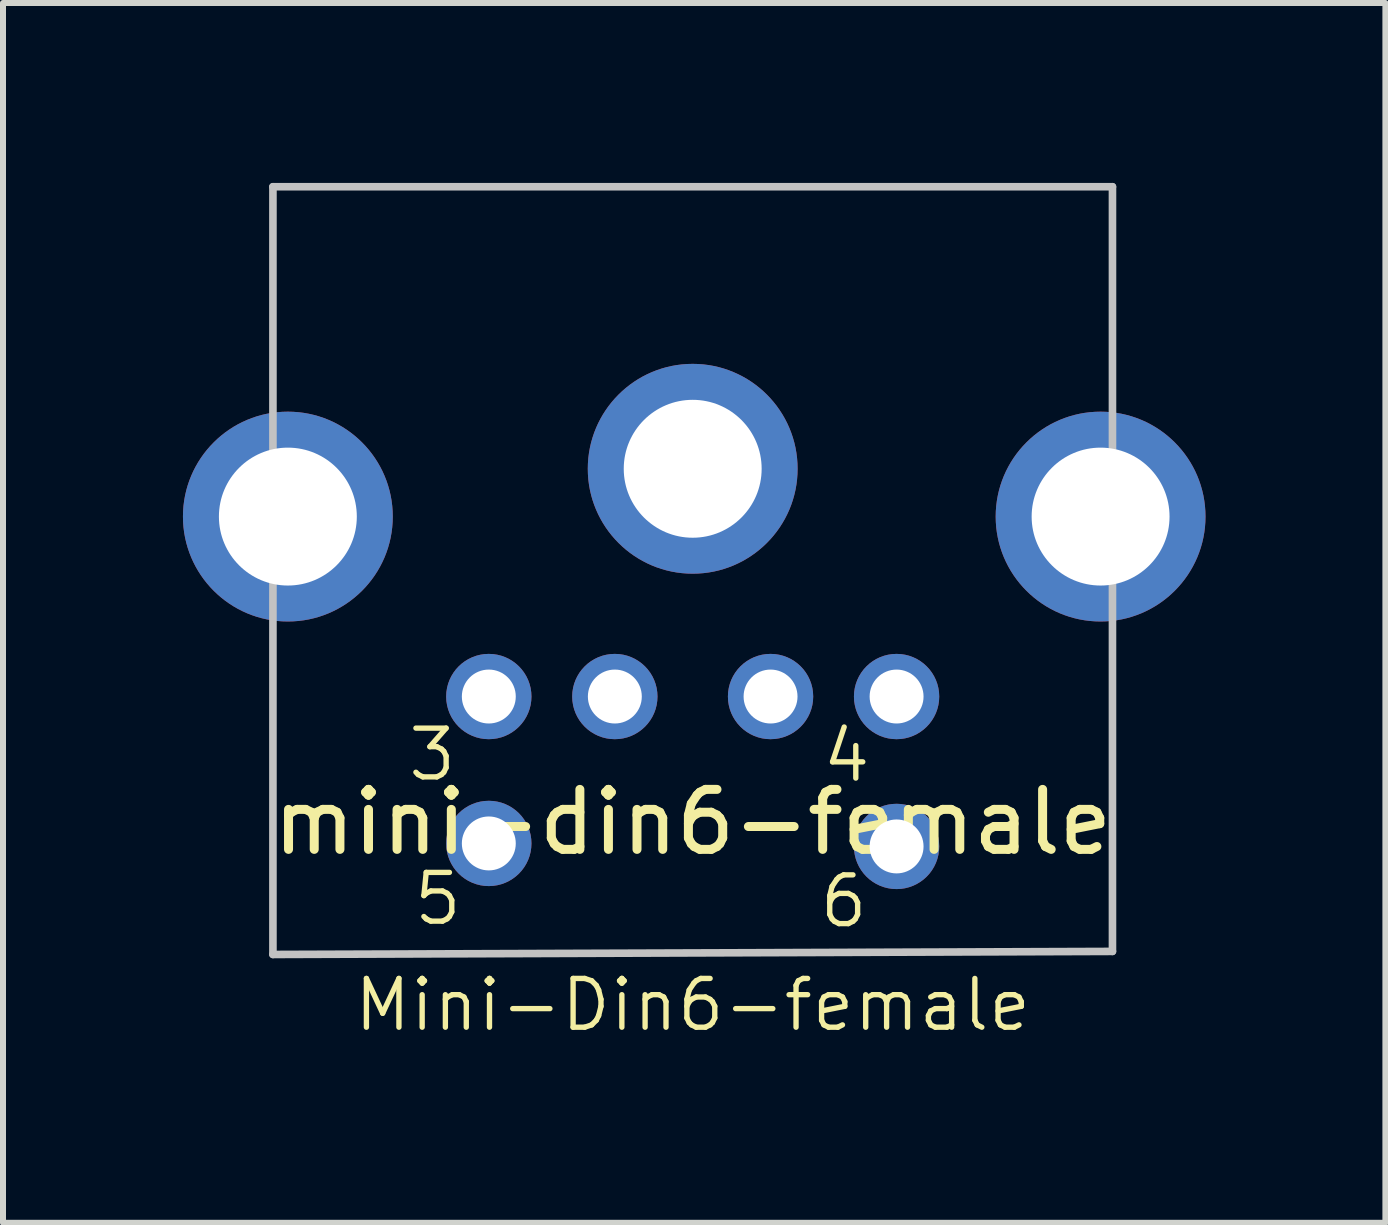
<source format=kicad_pcb>
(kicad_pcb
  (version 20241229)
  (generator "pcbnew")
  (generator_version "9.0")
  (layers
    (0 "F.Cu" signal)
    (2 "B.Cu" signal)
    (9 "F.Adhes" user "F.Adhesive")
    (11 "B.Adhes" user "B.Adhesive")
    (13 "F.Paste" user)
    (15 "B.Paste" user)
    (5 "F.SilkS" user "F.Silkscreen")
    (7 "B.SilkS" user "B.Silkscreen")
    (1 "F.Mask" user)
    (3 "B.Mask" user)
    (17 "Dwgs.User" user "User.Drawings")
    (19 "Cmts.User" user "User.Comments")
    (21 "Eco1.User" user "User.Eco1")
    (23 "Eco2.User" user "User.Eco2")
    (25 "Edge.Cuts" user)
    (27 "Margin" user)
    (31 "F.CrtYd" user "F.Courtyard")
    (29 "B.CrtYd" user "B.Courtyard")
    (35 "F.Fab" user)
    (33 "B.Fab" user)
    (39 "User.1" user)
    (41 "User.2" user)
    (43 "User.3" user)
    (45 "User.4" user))
  (footprint "mini-din6-female"
    (layer "F.Cu")
    (at 8.498 6.845)
    (property "Reference" "mini-din6-female" (at 0 3.81 0) (layer "F.SilkS") (effects (font (size 1 1) (thickness 0.15))))
    (attr through_hole)
    (fp_line (start -6.998 -6.782) (end -6.998 -2.281) (stroke (width 0.127) (type solid)) (layer "Dwgs.User"))
    (fp_line (start -6.998 -2.281) (end -6.998 6.017) (stroke (width 0.127) (type solid)) (layer "Dwgs.User"))
    (fp_line (start -6.998 6.017) (end 6.998 5.966) (stroke (width 0.127) (type solid)) (layer "Dwgs.User"))
    (fp_line (start 6.998 -6.782) (end -6.998 -6.782) (stroke (width 0.127) (type solid)) (layer "Dwgs.User"))
    (fp_line (start 6.998 -2.281) (end 6.998 -6.782) (stroke (width 0.127) (type solid)) (layer "Dwgs.User"))
    (fp_line (start 6.998 -0.284) (end 6.998 -2.281) (stroke (width 0.127) (type solid)) (layer "Dwgs.User"))
    (fp_line (start 6.998 5.966) (end 6.998 -0.284) (stroke (width 0.127) (type solid)) (layer "Dwgs.User"))
    (fp_text user "6" (at 2.517 5.131 0) (layer "F.SilkS") (effects (font (size 0.813 0.813) (thickness 0.089))))
    (fp_text user "3" (at -4.343 2.685 0) (layer "F.SilkS") (effects (font (size 0.813 0.813) (thickness 0.089))))
    (fp_text user "Mini-Din6-female" (at 0 6.858 0) (layer "F.SilkS") (effects (font (size 0.813 0.813) (thickness 0.089))))
    (fp_text user "5" (at -4.249 5.09 0) (layer "F.SilkS") (effects (font (size 0.813 0.813) (thickness 0.089))))
    (fp_text user "4" (at 2.564 2.705 0) (layer "F.SilkS") (effects (font (size 0.813 0.813) (thickness 0.089))))
    (pad "1" thru_hole circle (at -1.298 1.717) (size 1.422 1.422) (drill 0.899) (layers "*.Cu" "*.Mask"))
    (pad "2" thru_hole circle (at 1.298 1.717) (size 1.422 1.422) (drill 0.899) (layers "*.Cu" "*.Mask"))
    (pad "3" thru_hole circle (at -3.399 1.717) (size 1.422 1.422) (drill 0.899) (layers "*.Cu" "*.Mask"))
    (pad "4" thru_hole circle (at 3.399 1.717) (size 1.422 1.422) (drill 0.899) (layers "*.Cu" "*.Mask"))
    (pad "5" thru_hole circle (at -3.399 4.166) (size 1.422 1.422) (drill 0.899) (layers "*.Cu" "*.Mask"))
    (pad "6" thru_hole circle (at 3.399 4.216) (size 1.422 1.422) (drill 0.899) (layers "*.Cu" "*.Mask"))
    (pad "SH1" thru_hole circle (at 6.8 -1.283) (size 3.498 3.498) (drill 2.299) (layers "*.Cu" "*.Mask"))
    (pad "SH2" thru_hole circle (at 0 -2.08) (size 3.498 3.498) (drill 2.299) (layers "*.Cu" "*.Mask"))
    (pad "SH3" thru_hole circle (at -6.749 -1.283) (size 3.498 3.498) (drill 2.299) (layers "*.Cu" "*.Mask")))
  (gr_rect
    (start -3 -3)
    (end 20.046 17.335)
    (stroke (width 0.1) (type default))
    (fill no)
    (layer "Edge.Cuts")))
</source>
